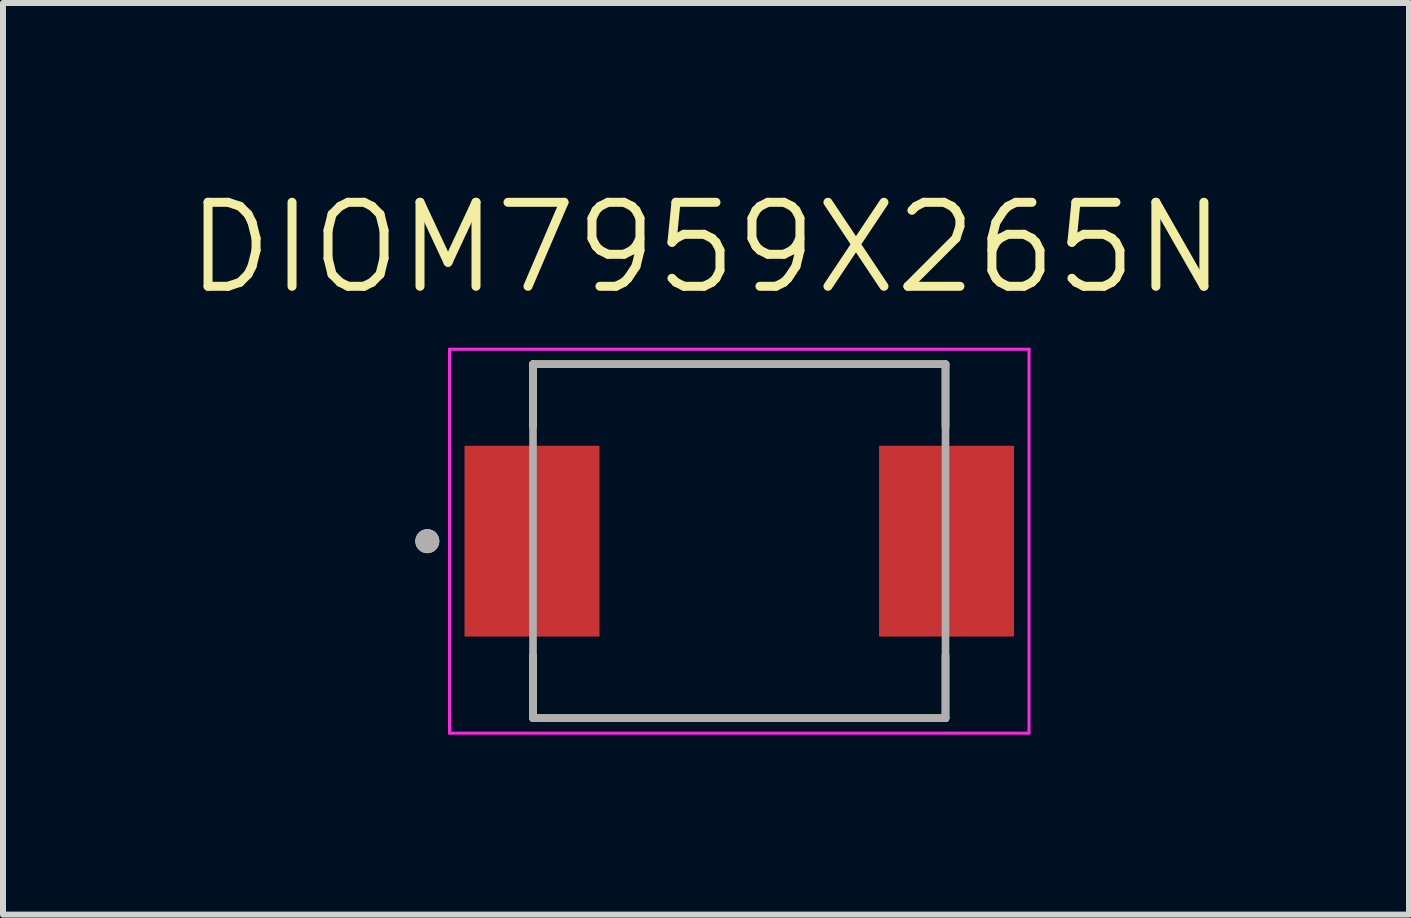
<source format=kicad_pcb>
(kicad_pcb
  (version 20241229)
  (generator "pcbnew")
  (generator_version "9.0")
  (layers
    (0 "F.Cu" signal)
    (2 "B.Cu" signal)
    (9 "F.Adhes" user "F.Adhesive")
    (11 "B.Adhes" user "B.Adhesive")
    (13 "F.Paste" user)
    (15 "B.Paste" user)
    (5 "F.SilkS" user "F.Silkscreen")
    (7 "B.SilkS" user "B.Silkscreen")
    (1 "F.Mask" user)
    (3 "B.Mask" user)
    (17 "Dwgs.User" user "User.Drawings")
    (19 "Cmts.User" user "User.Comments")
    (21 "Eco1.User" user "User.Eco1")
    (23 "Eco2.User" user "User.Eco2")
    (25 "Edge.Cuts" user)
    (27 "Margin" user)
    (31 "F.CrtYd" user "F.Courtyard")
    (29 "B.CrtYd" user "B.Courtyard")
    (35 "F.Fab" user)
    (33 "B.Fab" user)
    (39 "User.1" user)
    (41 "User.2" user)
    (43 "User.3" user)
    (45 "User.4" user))
  (footprint "DIOM7959X265N"
    (layer "F.Cu")
    (at 9.273 5.971)
    (property "Reference" "DIOM7959X265N" (at -0.555 -4.889 0) (layer "F.SilkS") (effects (font (size 1.4 1.4) (thickness 0.15))))
    (attr through_hole)
    (fp_line (start -3.438 -2.95) (end -3.438 -1.91) (stroke (width 0.127) (type solid)) (layer "F.SilkS"))
    (fp_line (start -3.438 1.91) (end -3.438 2.95) (stroke (width 0.127) (type solid)) (layer "F.SilkS"))
    (fp_line (start -3.438 2.95) (end 3.438 2.95) (stroke (width 0.127) (type solid)) (layer "F.SilkS"))
    (fp_line (start 3.438 -2.95) (end -3.438 -2.95) (stroke (width 0.127) (type solid)) (layer "F.SilkS"))
    (fp_line (start 3.438 -1.91) (end 3.438 -2.95) (stroke (width 0.127) (type solid)) (layer "F.SilkS"))
    (fp_line (start 3.438 2.95) (end 3.438 1.91) (stroke (width 0.127) (type solid)) (layer "F.SilkS"))
    (fp_circle (center -5.2 0) (end -5.1 0) (stroke (width 0.2) (type solid)) (fill no) (layer "F.SilkS"))
    (fp_line (start -4.83 -3.2) (end -4.83 3.2) (stroke (width 0.05) (type solid)) (layer "F.CrtYd"))
    (fp_line (start -4.83 3.2) (end 4.83 3.2) (stroke (width 0.05) (type solid)) (layer "F.CrtYd"))
    (fp_line (start 4.83 -3.2) (end -4.83 -3.2) (stroke (width 0.05) (type solid)) (layer "F.CrtYd"))
    (fp_line (start 4.83 3.2) (end 4.83 -3.2) (stroke (width 0.05) (type solid)) (layer "F.CrtYd"))
    (fp_line (start -3.438 -2.95) (end -3.438 2.95) (stroke (width 0.127) (type solid)) (layer "F.Fab"))
    (fp_line (start -3.438 2.95) (end 3.438 2.95) (stroke (width 0.127) (type solid)) (layer "F.Fab"))
    (fp_line (start 3.438 -2.95) (end -3.438 -2.95) (stroke (width 0.127) (type solid)) (layer "F.Fab"))
    (fp_line (start 3.438 2.95) (end 3.438 -2.95) (stroke (width 0.127) (type solid)) (layer "F.Fab"))
    (fp_circle (center -5.2 0) (end -5.1 0) (stroke (width 0.2) (type solid)) (fill no) (layer "F.Fab"))
    (pad "A" smd rect (at 3.455 0) (size 2.25 3.18) (layers "F.Cu" "F.Mask" "F.Paste"))
    (pad "C" smd rect (at -3.455 0) (size 2.25 3.18) (layers "F.Cu" "F.Mask" "F.Paste")))
  (gr_rect
    (start -3 -3)
    (end 20.437 12.196)
    (stroke (width 0.1) (type default))
    (fill no)
    (layer "Edge.Cuts")))
</source>
